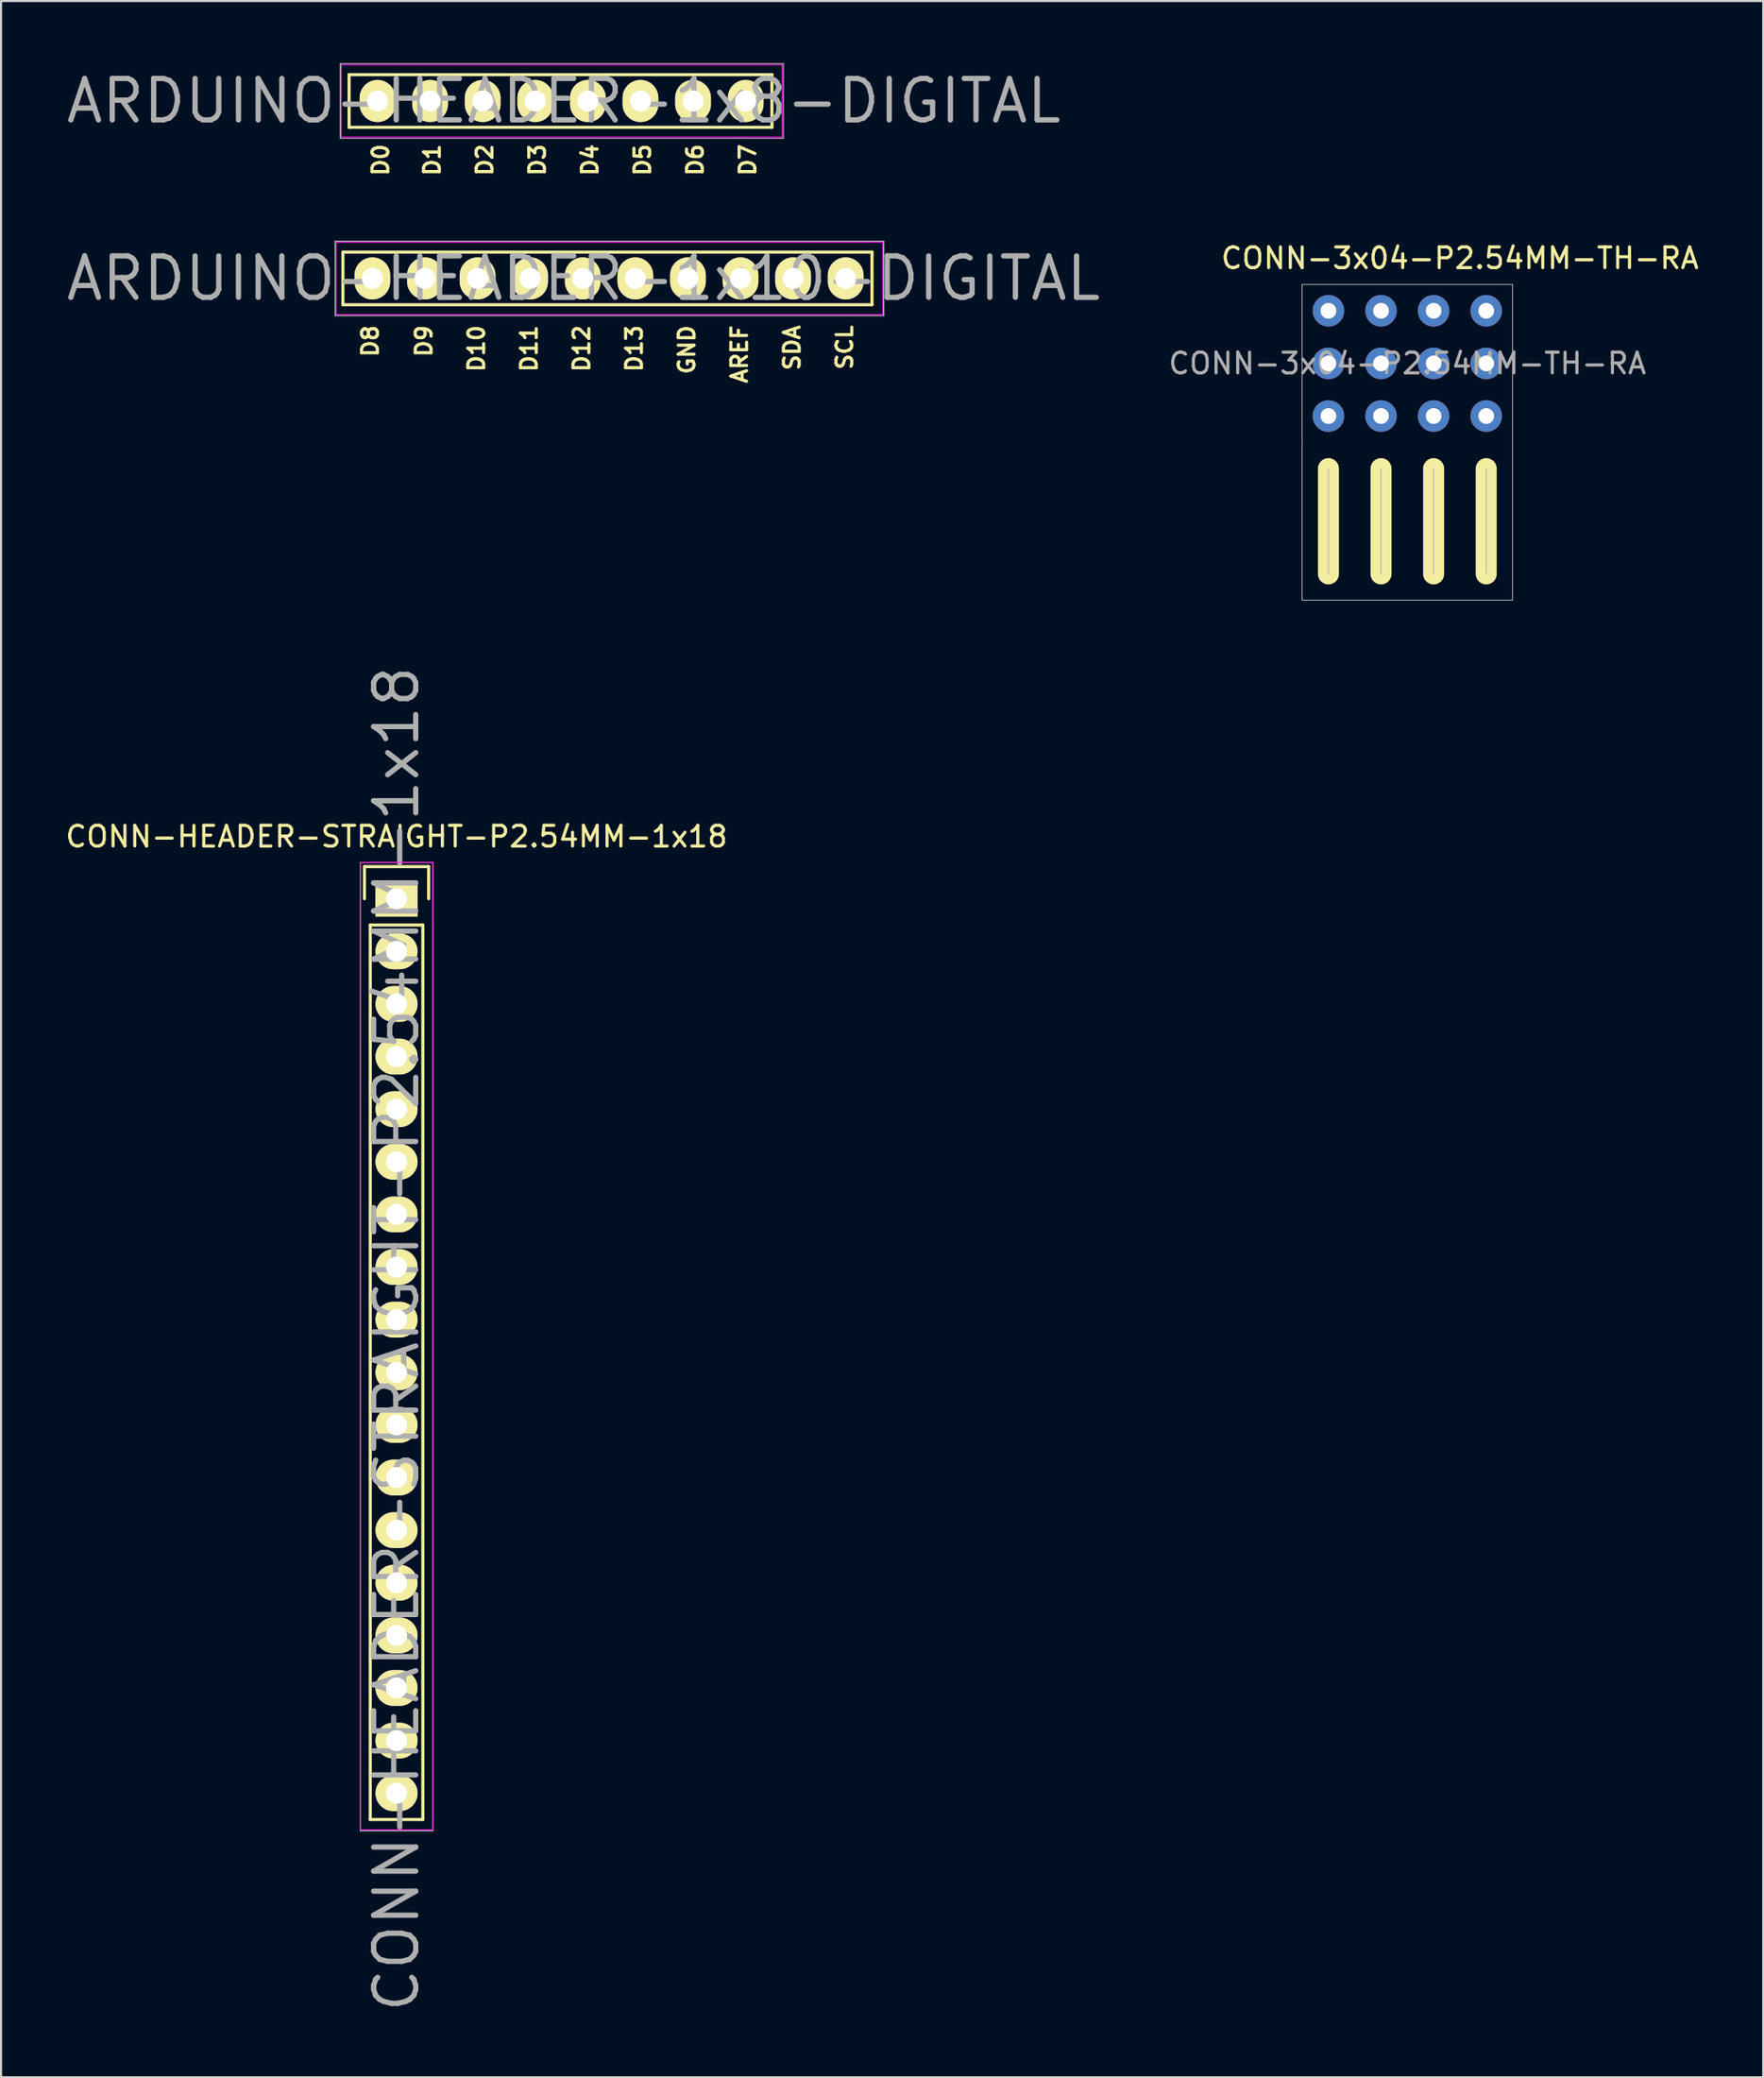
<source format=kicad_pcb>
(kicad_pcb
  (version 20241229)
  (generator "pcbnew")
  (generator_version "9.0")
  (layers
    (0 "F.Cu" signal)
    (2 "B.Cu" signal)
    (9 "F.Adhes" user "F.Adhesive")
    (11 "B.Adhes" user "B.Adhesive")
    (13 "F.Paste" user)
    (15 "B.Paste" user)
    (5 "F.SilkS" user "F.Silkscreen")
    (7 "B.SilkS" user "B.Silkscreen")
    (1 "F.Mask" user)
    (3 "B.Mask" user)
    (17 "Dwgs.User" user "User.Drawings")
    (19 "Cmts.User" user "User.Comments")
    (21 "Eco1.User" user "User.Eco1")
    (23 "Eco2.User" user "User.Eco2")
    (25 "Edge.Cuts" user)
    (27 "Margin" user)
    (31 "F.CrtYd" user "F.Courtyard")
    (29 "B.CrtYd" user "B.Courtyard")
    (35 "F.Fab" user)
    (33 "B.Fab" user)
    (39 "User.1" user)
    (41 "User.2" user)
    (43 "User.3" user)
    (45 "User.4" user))
  (footprint "ARDUINO-HEADER-1x10-DIGITAL"
    (layer "F.Cu")
    (at 14.933 10.391)
    (property "Reference" "ARDUINO-HEADER-1x10-DIGITAL" (at 10.2 0 0) (layer "F.Fab") (effects (font (size 2 2) (thickness 0.254))))
    (attr through_hole)
    (fp_line (start -1.422 1.27) (end -1.422 -1.27) (stroke (width 0.15) (type solid)) (layer "F.SilkS"))
    (fp_line (start -1.422 1.27) (end 24.13 1.27) (stroke (width 0.15) (type solid)) (layer "F.SilkS"))
    (fp_line (start 24.13 -1.27) (end -1.422 -1.27) (stroke (width 0.15) (type solid)) (layer "F.SilkS"))
    (fp_line (start 24.13 1.27) (end 24.13 -1.27) (stroke (width 0.15) (type solid)) (layer "F.SilkS"))
    (fp_line (start -1.75 -1.75) (end -1.75 1.75) (stroke (width 0.05) (type solid)) (layer "F.CrtYd"))
    (fp_line (start -1.75 -1.75) (end 24.65 -1.75) (stroke (width 0.05) (type solid)) (layer "F.CrtYd"))
    (fp_line (start -1.75 1.75) (end 24.65 1.75) (stroke (width 0.05) (type solid)) (layer "F.CrtYd"))
    (fp_line (start 24.65 -1.75) (end 24.65 1.75) (stroke (width 0.05) (type solid)) (layer "F.CrtYd"))
    (fp_line (start -1.8 -1.8) (end 24.7 -1.8) (stroke (width 0.05) (type solid)) (layer "F.Fab"))
    (fp_line (start -1.8 1.8) (end -1.8 -1.8) (stroke (width 0.05) (type solid)) (layer "F.Fab"))
    (fp_line (start 24.7 -1.8) (end 24.7 1.8) (stroke (width 0.05) (type solid)) (layer "F.Fab"))
    (fp_line (start 24.7 1.8) (end -1.8 1.8) (stroke (width 0.05) (type solid)) (layer "F.Fab"))
    (fp_text user "D9" (at 2.489 3.023 90) (layer "F.SilkS") (effects (font (size 0.762 0.762) (thickness 0.152))))
    (fp_text user "D10" (at 5.029 3.385 90) (layer "F.SilkS") (effects (font (size 0.762 0.762) (thickness 0.152))))
    (fp_text user "GND" (at 15.189 3.44 90) (layer "F.SilkS") (effects (font (size 0.762 0.762) (thickness 0.152))))
    (fp_text user "D13" (at 12.649 3.385 90) (layer "F.SilkS") (effects (font (size 0.762 0.762) (thickness 0.152))))
    (fp_text user "SCL" (at 22.809 3.331 90) (layer "F.SilkS") (effects (font (size 0.762 0.762) (thickness 0.152))))
    (fp_text user "D12" (at 10.109 3.385 90) (layer "F.SilkS") (effects (font (size 0.762 0.762) (thickness 0.152))))
    (fp_text user "D11" (at 7.569 3.385 90) (layer "F.SilkS") (effects (font (size 0.762 0.762) (thickness 0.152))))
    (fp_text user "SDA" (at 20.269 3.349 90) (layer "F.SilkS") (effects (font (size 0.762 0.762) (thickness 0.152))))
    (fp_text user "D8" (at -0.102 3.023 90) (layer "F.SilkS") (effects (font (size 0.762 0.762) (thickness 0.152))))
    (fp_text user "AREF" (at 17.729 3.658 90) (layer "F.SilkS") (effects (font (size 0.762 0.762) (thickness 0.152))))
    (pad "AREF" thru_hole oval (at 17.78 0) (size 1.727 2.032) (drill 1.016) (layers "*.Cu" "*.Mask" "F.SilkS"))
    (pad "D8" thru_hole oval (at 0 0) (size 1.727 2.032) (drill 1.016) (layers "*.Cu" "*.Mask" "F.SilkS"))
    (pad "D9" thru_hole oval (at 2.54 0) (size 1.727 2.032) (drill 1.016) (layers "*.Cu" "*.Mask" "F.SilkS"))
    (pad "D10" thru_hole oval (at 5.08 0) (size 1.727 2.032) (drill 1.016) (layers "*.Cu" "*.Mask" "F.SilkS"))
    (pad "D11" thru_hole oval (at 7.62 0) (size 1.727 2.032) (drill 1.016) (layers "*.Cu" "*.Mask" "F.SilkS"))
    (pad "D12" thru_hole oval (at 10.16 0) (size 1.727 2.032) (drill 1.016) (layers "*.Cu" "*.Mask" "F.SilkS"))
    (pad "D13" thru_hole oval (at 12.7 0) (size 1.727 2.032) (drill 1.016) (layers "*.Cu" "*.Mask" "F.SilkS"))
    (pad "GND3" thru_hole oval (at 15.24 0) (size 1.727 2.032) (drill 1.016) (layers "*.Cu" "*.Mask" "F.SilkS"))
    (pad "SCL" thru_hole oval (at 22.86 0) (size 1.727 2.032) (drill 1.016) (layers "*.Cu" "*.Mask" "F.SilkS"))
    (pad "SDA" thru_hole oval (at 20.32 0) (size 1.727 2.032) (drill 1.016) (layers "*.Cu" "*.Mask" "F.SilkS")))
  (footprint "CONN-HEADER-STRAIGHT-P2.54MM-1x18"
    (layer "F.Cu")
    (at 16.101 40.336)
    (property "Reference" "CONN-HEADER-STRAIGHT-P2.54MM-1x18" (at 0 21.25 90) (layer "F.Fab") (effects (font (size 2.032 2.032) (thickness 0.254))))
    (attr through_hole)
    (fp_line (start -1.55 -1.55) (end 1.55 -1.55) (stroke (width 0.15) (type solid)) (layer "F.SilkS"))
    (fp_line (start -1.55 0) (end -1.55 -1.55) (stroke (width 0.15) (type solid)) (layer "F.SilkS"))
    (fp_line (start -1.27 44.45) (end -1.27 1.27) (stroke (width 0.15) (type solid)) (layer "F.SilkS"))
    (fp_line (start 1.27 1.27) (end -1.27 1.27) (stroke (width 0.15) (type solid)) (layer "F.SilkS"))
    (fp_line (start 1.27 1.27) (end 1.27 44.45) (stroke (width 0.15) (type solid)) (layer "F.SilkS"))
    (fp_line (start 1.27 44.45) (end -1.27 44.45) (stroke (width 0.15) (type solid)) (layer "F.SilkS"))
    (fp_line (start 1.55 -1.55) (end 1.55 0) (stroke (width 0.15) (type solid)) (layer "F.SilkS"))
    (fp_line (start -1.75 -1.75) (end -1.75 44.95) (stroke (width 0.05) (type solid)) (layer "F.CrtYd"))
    (fp_line (start -1.75 -1.75) (end 1.75 -1.75) (stroke (width 0.05) (type solid)) (layer "F.CrtYd"))
    (fp_line (start -1.75 44.95) (end 1.75 44.95) (stroke (width 0.05) (type solid)) (layer "F.CrtYd"))
    (fp_line (start 1.75 -1.75) (end 1.75 44.95) (stroke (width 0.05) (type solid)) (layer "F.CrtYd"))
    (fp_line (start -1.75 -1.75) (end 1.75 -1.75) (stroke (width 0.051) (type solid)) (layer "F.Fab"))
    (fp_line (start -1.75 45) (end -1.75 -1.75) (stroke (width 0.051) (type solid)) (layer "F.Fab"))
    (fp_line (start 1.75 -1.75) (end 1.75 45) (stroke (width 0.051) (type solid)) (layer "F.Fab"))
    (fp_line (start 1.75 45) (end -1.75 45) (stroke (width 0.051) (type solid)) (layer "F.Fab"))
    (fp_text user "${REFERENCE}" (at 0 -3 0) (layer "F.SilkS") (effects (font (size 1 1) (thickness 0.15))))
    (pad "1" thru_hole rect (at 0 0) (size 2.032 1.727) (drill 1.016) (layers "*.Cu" "*.Mask" "F.SilkS"))
    (pad "2" thru_hole oval (at 0 2.54) (size 2.032 1.727) (drill 1.016) (layers "*.Cu" "*.Mask" "F.SilkS"))
    (pad "3" thru_hole oval (at 0 5.08) (size 2.032 1.727) (drill 1.016) (layers "*.Cu" "*.Mask" "F.SilkS"))
    (pad "4" thru_hole oval (at 0 7.62) (size 2.032 1.727) (drill 1.016) (layers "*.Cu" "*.Mask" "F.SilkS"))
    (pad "5" thru_hole oval (at 0 10.16) (size 2.032 1.727) (drill 1.016) (layers "*.Cu" "*.Mask" "F.SilkS"))
    (pad "6" thru_hole oval (at 0 12.7) (size 2.032 1.727) (drill 1.016) (layers "*.Cu" "*.Mask" "F.SilkS"))
    (pad "7" thru_hole oval (at 0 15.24) (size 2.032 1.727) (drill 1.016) (layers "*.Cu" "*.Mask" "F.SilkS"))
    (pad "8" thru_hole oval (at 0 17.78) (size 2.032 1.727) (drill 1.016) (layers "*.Cu" "*.Mask" "F.SilkS"))
    (pad "9" thru_hole oval (at 0 20.32) (size 2.032 1.727) (drill 1.016) (layers "*.Cu" "*.Mask" "F.SilkS"))
    (pad "10" thru_hole oval (at 0 22.86) (size 2.032 1.727) (drill 1.016) (layers "*.Cu" "*.Mask" "F.SilkS"))
    (pad "11" thru_hole oval (at 0 25.4) (size 2.032 1.727) (drill 1.016) (layers "*.Cu" "*.Mask" "F.SilkS"))
    (pad "12" thru_hole oval (at 0 27.94) (size 2.032 1.727) (drill 1.016) (layers "*.Cu" "*.Mask" "F.SilkS"))
    (pad "13" thru_hole oval (at 0 30.48) (size 2.032 1.727) (drill 1.016) (layers "*.Cu" "*.Mask" "F.SilkS"))
    (pad "14" thru_hole oval (at 0 33.02) (size 2.032 1.727) (drill 1.016) (layers "*.Cu" "*.Mask" "F.SilkS"))
    (pad "15" thru_hole oval (at 0 35.56) (size 2.032 1.727) (drill 1.016) (layers "*.Cu" "*.Mask" "F.SilkS"))
    (pad "16" thru_hole oval (at 0 38.1) (size 2.032 1.727) (drill 1.016) (layers "*.Cu" "*.Mask" "F.SilkS"))
    (pad "17" thru_hole oval (at 0 40.64) (size 2.032 1.727) (drill 1.016) (layers "*.Cu" "*.Mask" "F.SilkS"))
    (pad "18" thru_hole oval (at 0 43.18) (size 2.032 1.727) (drill 1.016) (layers "*.Cu" "*.Mask" "F.SilkS")))
  (footprint "CONN-3x04-P2.54MM-TH-RA"
    (layer "F.Cu")
    (at 64.916 14.494)
    (property "Reference" "CONN-3x04-P2.54MM-TH-RA" (at 0 0 0) (layer "F.Fab") (effects (font (size 1 1) (thickness 0.15))))
    (attr through_hole)
    (fp_line (start -3.81 5.08) (end -3.81 10.16) (stroke (width 1.016) (type solid)) (layer "F.SilkS"))
    (fp_line (start -1.27 5.08) (end -1.27 10.16) (stroke (width 1.016) (type solid)) (layer "F.SilkS"))
    (fp_line (start 1.27 5.08) (end 1.27 10.16) (stroke (width 1.016) (type solid)) (layer "F.SilkS"))
    (fp_line (start 3.81 5.08) (end 3.81 10.16) (stroke (width 1.016) (type solid)) (layer "F.SilkS"))
    (fp_line (start -5.08 -3.81) (end -5.08 3.81) (stroke (width 0.041) (type solid)) (layer "F.Fab"))
    (fp_line (start -5.08 3.81) (end -5.08 11.43) (stroke (width 0.041) (type solid)) (layer "F.Fab"))
    (fp_line (start -5.08 11.43) (end 5.08 11.43) (stroke (width 0.041) (type solid)) (layer "F.Fab"))
    (fp_line (start -3.81 5.08) (end -3.81 10.16) (stroke (width 0.041) (type solid)) (layer "F.Fab"))
    (fp_line (start -1.27 10.16) (end -1.27 5.08) (stroke (width 0.041) (type solid)) (layer "F.Fab"))
    (fp_line (start 1.27 5.08) (end 1.27 10.16) (stroke (width 0.041) (type solid)) (layer "F.Fab"))
    (fp_line (start 3.81 5.08) (end 3.81 10.16) (stroke (width 0.041) (type solid)) (layer "F.Fab"))
    (fp_line (start 5.08 -3.81) (end -5.08 -3.81) (stroke (width 0.041) (type solid)) (layer "F.Fab"))
    (fp_line (start 5.08 11.43) (end 5.08 -3.81) (stroke (width 0.041) (type solid)) (layer "F.Fab"))
    (fp_text user "${REFERENCE}" (at 2.54 -5.08 0) (layer "F.SilkS") (effects (font (size 1 1) (thickness 0.15))))
    (pad "1" thru_hole circle (at 3.81 -2.54) (size 1.524 1.524) (drill 0.762) (layers "*.Cu" "*.Mask"))
    (pad "2" thru_hole circle (at 1.27 -2.54) (size 1.524 1.524) (drill 0.762) (layers "*.Cu" "*.Mask"))
    (pad "3" thru_hole circle (at -1.27 -2.54) (size 1.524 1.524) (drill 0.762) (layers "*.Cu" "*.Mask"))
    (pad "4" thru_hole circle (at -3.81 -2.54) (size 1.524 1.524) (drill 0.762) (layers "*.Cu" "*.Mask"))
    (pad "5" thru_hole circle (at -3.81 0) (size 1.524 1.524) (drill 0.762) (layers "*.Cu" "*.Mask"))
    (pad "6" thru_hole circle (at -1.27 0) (size 1.524 1.524) (drill 0.762) (layers "*.Cu" "*.Mask"))
    (pad "7" thru_hole circle (at 1.27 0) (size 1.524 1.524) (drill 0.762) (layers "*.Cu" "*.Mask"))
    (pad "8" thru_hole circle (at 3.81 0) (size 1.524 1.524) (drill 0.762) (layers "*.Cu" "*.Mask"))
    (pad "9" thru_hole circle (at 3.81 2.54) (size 1.524 1.524) (drill 0.762) (layers "*.Cu" "*.Mask"))
    (pad "10" thru_hole circle (at 1.27 2.54) (size 1.524 1.524) (drill 0.762) (layers "*.Cu" "*.Mask"))
    (pad "11" thru_hole circle (at -1.27 2.54) (size 1.524 1.524) (drill 0.762) (layers "*.Cu" "*.Mask"))
    (pad "12" thru_hole circle (at -3.81 2.54) (size 1.524 1.524) (drill 0.762) (layers "*.Cu" "*.Mask")))
  (footprint "ARDUINO-HEADER-1x8-DIGITAL"
    (layer "F.Cu")
    (at 15.181 1.825)
    (property "Reference" "ARDUINO-HEADER-1x8-DIGITAL" (at 9 0 0) (layer "F.Fab") (effects (font (size 2 2) (thickness 0.254))))
    (attr through_hole)
    (fp_line (start -1.372 1.27) (end -1.372 -1.27) (stroke (width 0.15) (type solid)) (layer "F.SilkS"))
    (fp_line (start -1.372 1.27) (end 19.05 1.27) (stroke (width 0.15) (type solid)) (layer "F.SilkS"))
    (fp_line (start 19.05 -1.27) (end -1.372 -1.27) (stroke (width 0.15) (type solid)) (layer "F.SilkS"))
    (fp_line (start 19.05 1.27) (end 19.05 -1.27) (stroke (width 0.15) (type solid)) (layer "F.SilkS"))
    (fp_line (start -1.75 -1.75) (end -1.75 1.75) (stroke (width 0.05) (type solid)) (layer "F.CrtYd"))
    (fp_line (start -1.75 -1.75) (end 19.55 -1.75) (stroke (width 0.05) (type solid)) (layer "F.CrtYd"))
    (fp_line (start -1.75 1.75) (end 19.55 1.75) (stroke (width 0.05) (type solid)) (layer "F.CrtYd"))
    (fp_line (start 19.55 -1.75) (end 19.55 1.75) (stroke (width 0.05) (type solid)) (layer "F.CrtYd"))
    (fp_line (start -1.8 -1.8) (end -1.8 1.8) (stroke (width 0.05) (type solid)) (layer "F.Fab"))
    (fp_line (start -1.8 1.8) (end 19.6 1.8) (stroke (width 0.05) (type solid)) (layer "F.Fab"))
    (fp_line (start 19.6 -1.8) (end -1.8 -1.8) (stroke (width 0.05) (type solid)) (layer "F.Fab"))
    (fp_line (start 19.6 1.8) (end 19.6 -1.8) (stroke (width 0.05) (type solid)) (layer "F.Fab"))
    (fp_text user "D6" (at 15.342 2.845 270) (layer "F.SilkS") (effects (font (size 0.762 0.762) (thickness 0.152))))
    (fp_text user "D3" (at 7.722 2.845 270) (layer "F.SilkS") (effects (font (size 0.762 0.762) (thickness 0.152))))
    (fp_text user "D1" (at 2.642 2.845 90) (layer "F.SilkS") (effects (font (size 0.762 0.762) (thickness 0.152))))
    (fp_text user "D7" (at 17.882 2.845 270) (layer "F.SilkS") (effects (font (size 0.762 0.762) (thickness 0.152))))
    (fp_text user "D4" (at 10.262 2.845 270) (layer "F.SilkS") (effects (font (size 0.762 0.762) (thickness 0.152))))
    (fp_text user "D5" (at 12.802 2.845 270) (layer "F.SilkS") (effects (font (size 0.762 0.762) (thickness 0.152))))
    (fp_text user "D2" (at 5.182 2.845 90) (layer "F.SilkS") (effects (font (size 0.762 0.762) (thickness 0.152))))
    (fp_text user "D0" (at 0.152 2.845 90) (layer "F.SilkS") (effects (font (size 0.762 0.762) (thickness 0.152))))
    (pad "D0" thru_hole oval (at 0 0) (size 1.727 2.032) (drill 1.016) (layers "*.Cu" "*.Mask" "F.SilkS"))
    (pad "D1" thru_hole oval (at 2.54 0) (size 1.727 2.032) (drill 1.016) (layers "*.Cu" "*.Mask" "F.SilkS"))
    (pad "D2" thru_hole oval (at 5.08 0) (size 1.727 2.032) (drill 1.016) (layers "*.Cu" "*.Mask" "F.SilkS"))
    (pad "D3" thru_hole oval (at 7.62 0) (size 1.727 2.032) (drill 1.016) (layers "*.Cu" "*.Mask" "F.SilkS"))
    (pad "D4" thru_hole oval (at 10.16 0) (size 1.727 2.032) (drill 1.016) (layers "*.Cu" "*.Mask" "F.SilkS"))
    (pad "D5" thru_hole oval (at 12.7 0) (size 1.727 2.032) (drill 1.016) (layers "*.Cu" "*.Mask" "F.SilkS"))
    (pad "D6" thru_hole oval (at 15.24 0) (size 1.727 2.032) (drill 1.016) (layers "*.Cu" "*.Mask" "F.SilkS"))
    (pad "D7" thru_hole oval (at 17.78 0) (size 1.727 2.032) (drill 1.016) (layers "*.Cu" "*.Mask" "F.SilkS")))
  (gr_rect
    (start -3 -3)
    (end 82.104 97.227)
    (stroke (width 0.1) (type default))
    (fill no)
    (layer "Edge.Cuts")))
</source>
